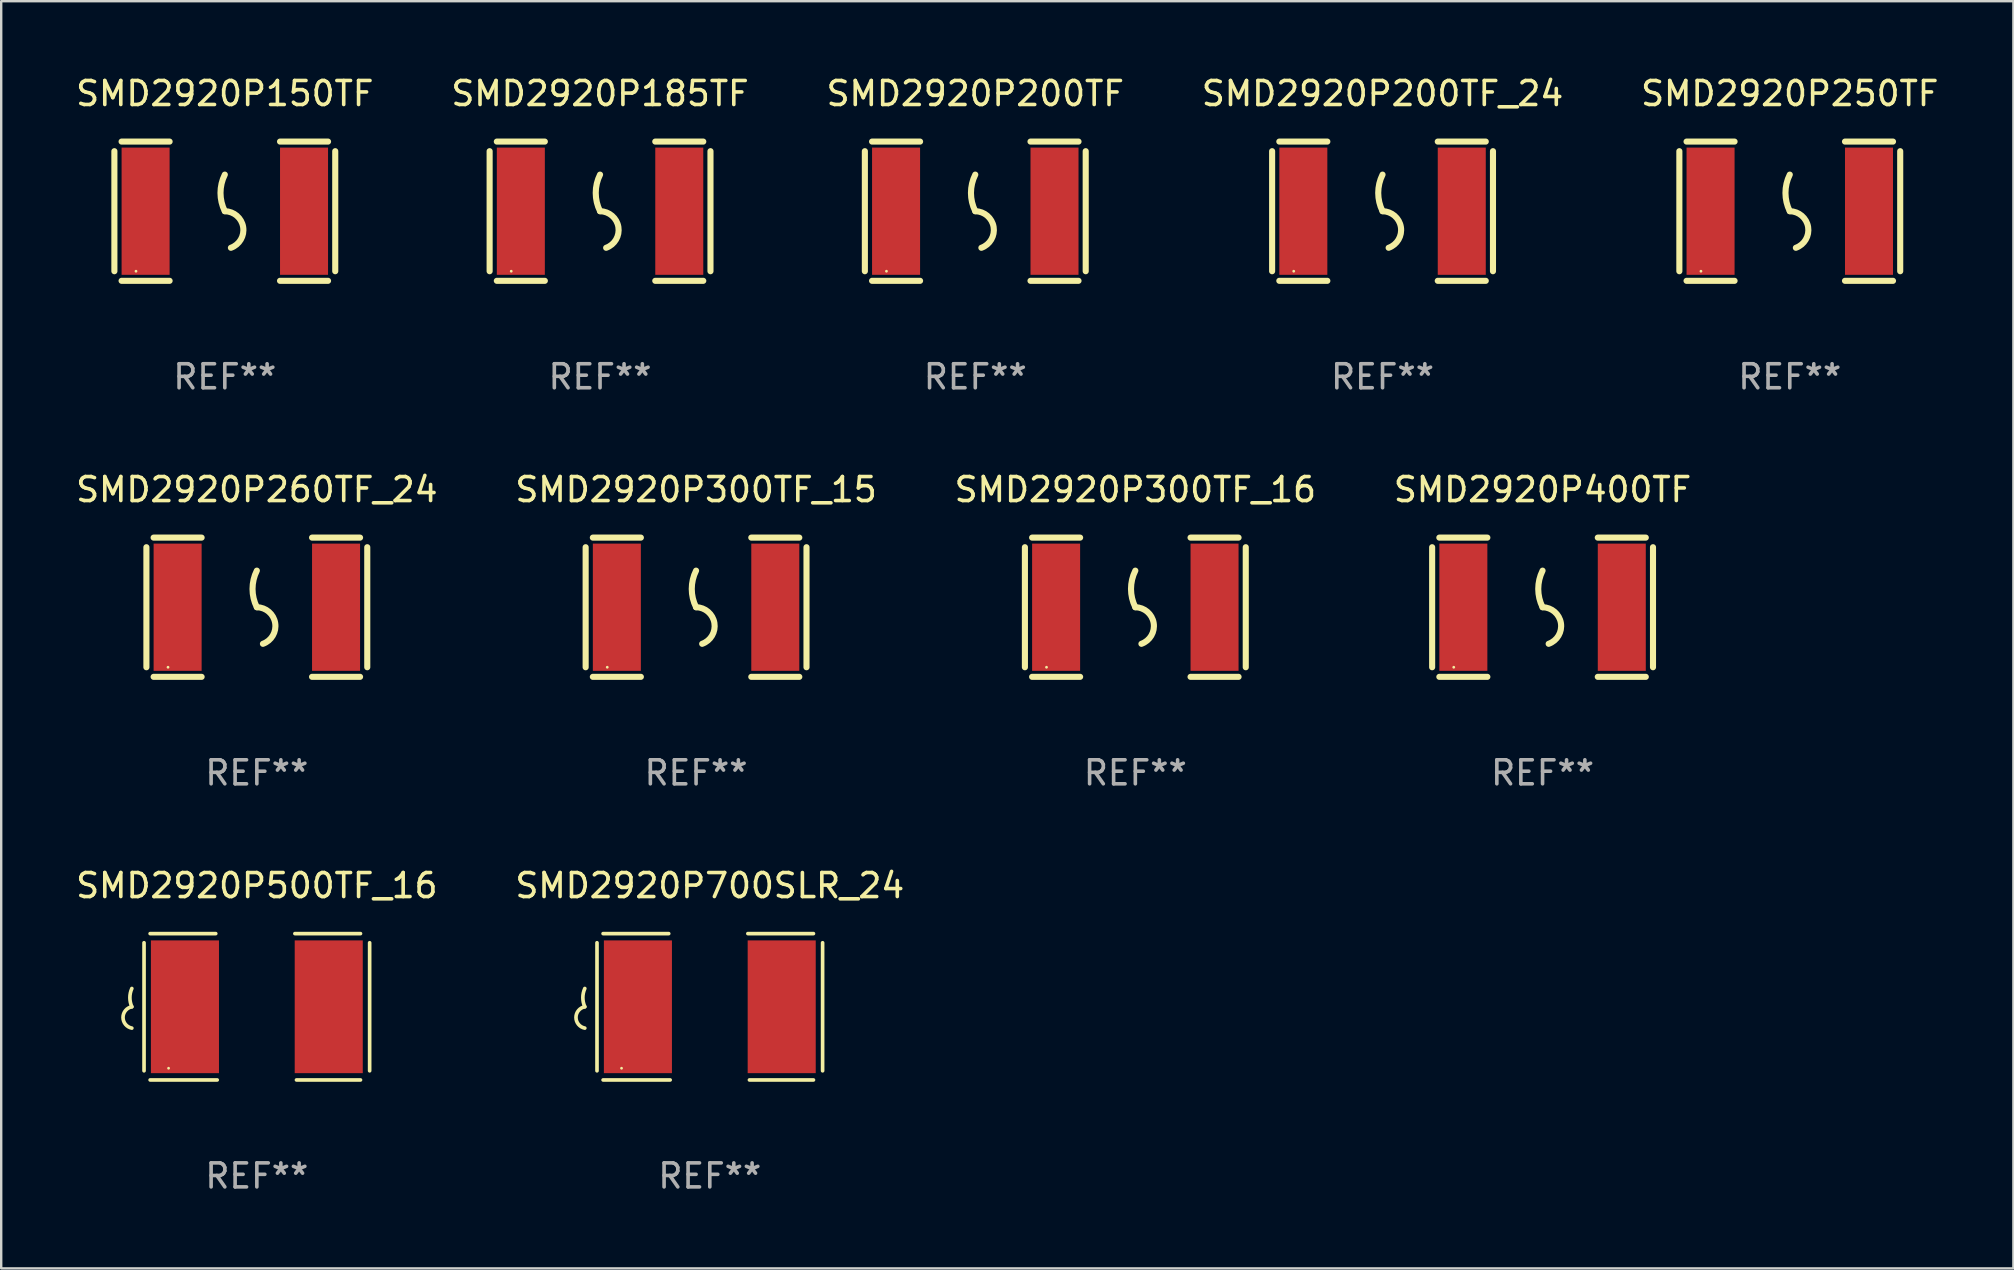
<source format=kicad_pcb>
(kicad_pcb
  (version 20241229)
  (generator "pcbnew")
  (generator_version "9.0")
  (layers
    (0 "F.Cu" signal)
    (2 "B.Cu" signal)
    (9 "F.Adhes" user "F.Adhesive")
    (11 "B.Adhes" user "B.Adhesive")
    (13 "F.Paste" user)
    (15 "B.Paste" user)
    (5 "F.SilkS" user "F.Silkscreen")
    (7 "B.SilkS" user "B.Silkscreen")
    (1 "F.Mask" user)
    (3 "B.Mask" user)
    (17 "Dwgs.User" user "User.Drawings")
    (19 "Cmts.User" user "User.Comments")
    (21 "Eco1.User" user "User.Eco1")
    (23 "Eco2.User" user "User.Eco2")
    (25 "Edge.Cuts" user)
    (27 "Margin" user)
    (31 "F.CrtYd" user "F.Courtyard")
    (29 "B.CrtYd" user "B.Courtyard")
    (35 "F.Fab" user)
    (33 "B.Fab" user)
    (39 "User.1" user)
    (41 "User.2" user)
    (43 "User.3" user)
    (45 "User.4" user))
  (footprint "SMD2920P250TF"
    (layer "F.Cu")
    (at 71.506 5.748)
    (property "Reference" "SMD2920P250TF" (at 0 -4.9 0) (layer "F.SilkS") (effects (font (size 1 1) (thickness 0.15))))
    (attr through_hole)
    (fp_line (start -4.6 -2.5) (end -4.6 2.5) (stroke (width 0.254) (type solid)) (layer "F.SilkS"))
    (fp_line (start -4.3 -2.9) (end -2.3 -2.9) (stroke (width 0.254) (type solid)) (layer "F.SilkS"))
    (fp_line (start -4.3 2.9) (end -2.3 2.9) (stroke (width 0.254) (type solid)) (layer "F.SilkS"))
    (fp_line (start 2.3 -2.9) (end 4.3 -2.9) (stroke (width 0.254) (type solid)) (layer "F.SilkS"))
    (fp_line (start 2.3 2.9) (end 4.3 2.9) (stroke (width 0.254) (type solid)) (layer "F.SilkS"))
    (fp_line (start 4.6 -2.5) (end 4.6 2.5) (stroke (width 0.254) (type solid)) (layer "F.SilkS"))
    (fp_arc (start 0 0) (mid -0.179884 -0.762002) (end 0 -1.524003) (stroke (width 0.254001) (type solid)) (layer "F.SilkS"))
    (fp_arc (start 0 0) (mid 0.763086 0.655987) (end 0.254001 1.524003) (stroke (width 0.254001) (type solid)) (layer "F.SilkS"))
    (fp_circle (center -3.7 2.5) (end -3.67 2.5) (stroke (width 0.06) (type solid)) (fill no) (layer "F.SilkS"))
    (fp_text user "REF**" (at 0 6.9 0) (layer "F.Fab") (effects (font (size 1 1) (thickness 0.15))))
    (pad "1" smd rect (at -3.3 0) (size 2 5.3) (layers "F.Cu" "F.Mask" "F.Paste"))
    (pad "2" smd rect (at 3.3 0) (size 2 5.3) (layers "F.Cu" "F.Mask" "F.Paste")))
  (footprint "SMD2920P185TF"
    (layer "F.Cu")
    (at 21.946 5.748)
    (property "Reference" "SMD2920P185TF" (at 0 -4.9 0) (layer "F.SilkS") (effects (font (size 1 1) (thickness 0.15))))
    (attr through_hole)
    (fp_line (start -4.6 -2.5) (end -4.6 2.5) (stroke (width 0.254) (type solid)) (layer "F.SilkS"))
    (fp_line (start -4.3 -2.9) (end -2.3 -2.9) (stroke (width 0.254) (type solid)) (layer "F.SilkS"))
    (fp_line (start -4.3 2.9) (end -2.3 2.9) (stroke (width 0.254) (type solid)) (layer "F.SilkS"))
    (fp_line (start 2.3 -2.9) (end 4.3 -2.9) (stroke (width 0.254) (type solid)) (layer "F.SilkS"))
    (fp_line (start 2.3 2.9) (end 4.3 2.9) (stroke (width 0.254) (type solid)) (layer "F.SilkS"))
    (fp_line (start 4.6 -2.5) (end 4.6 2.5) (stroke (width 0.254) (type solid)) (layer "F.SilkS"))
    (fp_arc (start 0 0) (mid -0.179884 -0.762002) (end 0 -1.524003) (stroke (width 0.254001) (type solid)) (layer "F.SilkS"))
    (fp_arc (start 0 0) (mid 0.763086 0.655987) (end 0.254001 1.524003) (stroke (width 0.254001) (type solid)) (layer "F.SilkS"))
    (fp_circle (center -3.7 2.5) (end -3.67 2.5) (stroke (width 0.06) (type solid)) (fill no) (layer "F.SilkS"))
    (fp_text user "REF**" (at 0 6.9 0) (layer "F.Fab") (effects (font (size 1 1) (thickness 0.15))))
    (pad "1" smd rect (at -3.3 0) (size 2 5.3) (layers "F.Cu" "F.Mask" "F.Paste"))
    (pad "2" smd rect (at 3.3 0) (size 2 5.3) (layers "F.Cu" "F.Mask" "F.Paste")))
  (footprint "SMD2920P300TF_16"
    (layer "F.Cu")
    (at 44.244 22.245)
    (property "Reference" "SMD2920P300TF_16" (at 0 -4.9 0) (layer "F.SilkS") (effects (font (size 1 1) (thickness 0.15))))
    (attr through_hole)
    (fp_line (start -4.6 -2.5) (end -4.6 2.5) (stroke (width 0.254) (type solid)) (layer "F.SilkS"))
    (fp_line (start -4.3 -2.9) (end -2.3 -2.9) (stroke (width 0.254) (type solid)) (layer "F.SilkS"))
    (fp_line (start -4.3 2.9) (end -2.3 2.9) (stroke (width 0.254) (type solid)) (layer "F.SilkS"))
    (fp_line (start 2.3 -2.9) (end 4.3 -2.9) (stroke (width 0.254) (type solid)) (layer "F.SilkS"))
    (fp_line (start 2.3 2.9) (end 4.3 2.9) (stroke (width 0.254) (type solid)) (layer "F.SilkS"))
    (fp_line (start 4.6 -2.5) (end 4.6 2.5) (stroke (width 0.254) (type solid)) (layer "F.SilkS"))
    (fp_arc (start 0 0) (mid -0.179884 -0.762002) (end 0 -1.524003) (stroke (width 0.254001) (type solid)) (layer "F.SilkS"))
    (fp_arc (start 0 0) (mid 0.763086 0.655987) (end 0.254001 1.524003) (stroke (width 0.254001) (type solid)) (layer "F.SilkS"))
    (fp_circle (center -3.7 2.5) (end -3.67 2.5) (stroke (width 0.06) (type solid)) (fill no) (layer "F.SilkS"))
    (fp_text user "REF**" (at 0 6.9 0) (layer "F.Fab") (effects (font (size 1 1) (thickness 0.15))))
    (pad "1" smd rect (at -3.3 0) (size 2 5.3) (layers "F.Cu" "F.Mask" "F.Paste"))
    (pad "2" smd rect (at 3.3 0) (size 2 5.3) (layers "F.Cu" "F.Mask" "F.Paste")))
  (footprint "SMD2920P200TF"
    (layer "F.Cu")
    (at 37.577 5.748)
    (property "Reference" "SMD2920P200TF" (at 0 -4.9 0) (layer "F.SilkS") (effects (font (size 1 1) (thickness 0.15))))
    (attr through_hole)
    (fp_line (start -4.6 -2.5) (end -4.6 2.5) (stroke (width 0.254) (type solid)) (layer "F.SilkS"))
    (fp_line (start -4.3 -2.9) (end -2.3 -2.9) (stroke (width 0.254) (type solid)) (layer "F.SilkS"))
    (fp_line (start -4.3 2.9) (end -2.3 2.9) (stroke (width 0.254) (type solid)) (layer "F.SilkS"))
    (fp_line (start 2.3 -2.9) (end 4.3 -2.9) (stroke (width 0.254) (type solid)) (layer "F.SilkS"))
    (fp_line (start 2.3 2.9) (end 4.3 2.9) (stroke (width 0.254) (type solid)) (layer "F.SilkS"))
    (fp_line (start 4.6 -2.5) (end 4.6 2.5) (stroke (width 0.254) (type solid)) (layer "F.SilkS"))
    (fp_arc (start 0 0) (mid -0.179884 -0.762002) (end 0 -1.524003) (stroke (width 0.254001) (type solid)) (layer "F.SilkS"))
    (fp_arc (start 0 0) (mid 0.763086 0.655987) (end 0.254001 1.524003) (stroke (width 0.254001) (type solid)) (layer "F.SilkS"))
    (fp_circle (center -3.7 2.5) (end -3.67 2.5) (stroke (width 0.06) (type solid)) (fill no) (layer "F.SilkS"))
    (fp_text user "REF**" (at 0 6.9 0) (layer "F.Fab") (effects (font (size 1 1) (thickness 0.15))))
    (pad "1" smd rect (at -3.3 0) (size 2 5.3) (layers "F.Cu" "F.Mask" "F.Paste"))
    (pad "2" smd rect (at 3.3 0) (size 2 5.3) (layers "F.Cu" "F.Mask" "F.Paste")))
  (footprint "SMD2920P200TF_24"
    (layer "F.Cu")
    (at 54.542 5.748)
    (property "Reference" "SMD2920P200TF_24" (at 0 -4.9 0) (layer "F.SilkS") (effects (font (size 1 1) (thickness 0.15))))
    (attr through_hole)
    (fp_line (start -4.6 -2.5) (end -4.6 2.5) (stroke (width 0.254) (type solid)) (layer "F.SilkS"))
    (fp_line (start -4.3 -2.9) (end -2.3 -2.9) (stroke (width 0.254) (type solid)) (layer "F.SilkS"))
    (fp_line (start -4.3 2.9) (end -2.3 2.9) (stroke (width 0.254) (type solid)) (layer "F.SilkS"))
    (fp_line (start 2.3 -2.9) (end 4.3 -2.9) (stroke (width 0.254) (type solid)) (layer "F.SilkS"))
    (fp_line (start 2.3 2.9) (end 4.3 2.9) (stroke (width 0.254) (type solid)) (layer "F.SilkS"))
    (fp_line (start 4.6 -2.5) (end 4.6 2.5) (stroke (width 0.254) (type solid)) (layer "F.SilkS"))
    (fp_arc (start 0 0) (mid -0.179884 -0.762002) (end 0 -1.524003) (stroke (width 0.254001) (type solid)) (layer "F.SilkS"))
    (fp_arc (start 0 0) (mid 0.763086 0.655987) (end 0.254001 1.524003) (stroke (width 0.254001) (type solid)) (layer "F.SilkS"))
    (fp_circle (center -3.7 2.5) (end -3.67 2.5) (stroke (width 0.06) (type solid)) (fill no) (layer "F.SilkS"))
    (fp_text user "REF**" (at 0 6.9 0) (layer "F.Fab") (effects (font (size 1 1) (thickness 0.15))))
    (pad "1" smd rect (at -3.3 0) (size 2 5.3) (layers "F.Cu" "F.Mask" "F.Paste"))
    (pad "2" smd rect (at 3.3 0) (size 2 5.3) (layers "F.Cu" "F.Mask" "F.Paste")))
  (footprint "SMD2920P150TF"
    (layer "F.Cu")
    (at 6.315 5.748)
    (property "Reference" "SMD2920P150TF" (at 0 -4.9 0) (layer "F.SilkS") (effects (font (size 1 1) (thickness 0.15))))
    (attr through_hole)
    (fp_line (start -4.6 -2.5) (end -4.6 2.5) (stroke (width 0.254) (type solid)) (layer "F.SilkS"))
    (fp_line (start -4.3 -2.9) (end -2.3 -2.9) (stroke (width 0.254) (type solid)) (layer "F.SilkS"))
    (fp_line (start -4.3 2.9) (end -2.3 2.9) (stroke (width 0.254) (type solid)) (layer "F.SilkS"))
    (fp_line (start 2.3 -2.9) (end 4.3 -2.9) (stroke (width 0.254) (type solid)) (layer "F.SilkS"))
    (fp_line (start 2.3 2.9) (end 4.3 2.9) (stroke (width 0.254) (type solid)) (layer "F.SilkS"))
    (fp_line (start 4.6 -2.5) (end 4.6 2.5) (stroke (width 0.254) (type solid)) (layer "F.SilkS"))
    (fp_arc (start 0 0) (mid -0.179884 -0.762002) (end 0 -1.524003) (stroke (width 0.254001) (type solid)) (layer "F.SilkS"))
    (fp_arc (start 0 0) (mid 0.763086 0.655987) (end 0.254001 1.524003) (stroke (width 0.254001) (type solid)) (layer "F.SilkS"))
    (fp_circle (center -3.7 2.5) (end -3.67 2.5) (stroke (width 0.06) (type solid)) (fill no) (layer "F.SilkS"))
    (fp_text user "REF**" (at 0 6.9 0) (layer "F.Fab") (effects (font (size 1 1) (thickness 0.15))))
    (pad "1" smd rect (at -3.3 0) (size 2 5.3) (layers "F.Cu" "F.Mask" "F.Paste"))
    (pad "2" smd rect (at 3.3 0) (size 2 5.3) (layers "F.Cu" "F.Mask" "F.Paste")))
  (footprint "SMD2920P400TF"
    (layer "F.Cu")
    (at 61.208 22.245)
    (property "Reference" "SMD2920P400TF" (at 0 -4.9 0) (layer "F.SilkS") (effects (font (size 1 1) (thickness 0.15))))
    (attr through_hole)
    (fp_line (start -4.6 -2.5) (end -4.6 2.5) (stroke (width 0.254) (type solid)) (layer "F.SilkS"))
    (fp_line (start -4.3 -2.9) (end -2.3 -2.9) (stroke (width 0.254) (type solid)) (layer "F.SilkS"))
    (fp_line (start -4.3 2.9) (end -2.3 2.9) (stroke (width 0.254) (type solid)) (layer "F.SilkS"))
    (fp_line (start 2.3 -2.9) (end 4.3 -2.9) (stroke (width 0.254) (type solid)) (layer "F.SilkS"))
    (fp_line (start 2.3 2.9) (end 4.3 2.9) (stroke (width 0.254) (type solid)) (layer "F.SilkS"))
    (fp_line (start 4.6 -2.5) (end 4.6 2.5) (stroke (width 0.254) (type solid)) (layer "F.SilkS"))
    (fp_arc (start 0 0) (mid -0.179884 -0.762002) (end 0 -1.524003) (stroke (width 0.254001) (type solid)) (layer "F.SilkS"))
    (fp_arc (start 0 0) (mid 0.763086 0.655987) (end 0.254001 1.524003) (stroke (width 0.254001) (type solid)) (layer "F.SilkS"))
    (fp_circle (center -3.7 2.5) (end -3.67 2.5) (stroke (width 0.06) (type solid)) (fill no) (layer "F.SilkS"))
    (fp_text user "REF**" (at 0 6.9 0) (layer "F.Fab") (effects (font (size 1 1) (thickness 0.15))))
    (pad "1" smd rect (at -3.3 0) (size 2 5.3) (layers "F.Cu" "F.Mask" "F.Paste"))
    (pad "2" smd rect (at 3.3 0) (size 2 5.3) (layers "F.Cu" "F.Mask" "F.Paste")))
  (footprint "SMD2920P300TF_15"
    (layer "F.Cu")
    (at 25.946 22.245)
    (property "Reference" "SMD2920P300TF_15" (at 0 -4.9 0) (layer "F.SilkS") (effects (font (size 1 1) (thickness 0.15))))
    (attr through_hole)
    (fp_line (start -4.6 -2.5) (end -4.6 2.5) (stroke (width 0.254) (type solid)) (layer "F.SilkS"))
    (fp_line (start -4.3 -2.9) (end -2.3 -2.9) (stroke (width 0.254) (type solid)) (layer "F.SilkS"))
    (fp_line (start -4.3 2.9) (end -2.3 2.9) (stroke (width 0.254) (type solid)) (layer "F.SilkS"))
    (fp_line (start 2.3 -2.9) (end 4.3 -2.9) (stroke (width 0.254) (type solid)) (layer "F.SilkS"))
    (fp_line (start 2.3 2.9) (end 4.3 2.9) (stroke (width 0.254) (type solid)) (layer "F.SilkS"))
    (fp_line (start 4.6 -2.5) (end 4.6 2.5) (stroke (width 0.254) (type solid)) (layer "F.SilkS"))
    (fp_arc (start 0 0) (mid -0.179884 -0.762002) (end 0 -1.524003) (stroke (width 0.254001) (type solid)) (layer "F.SilkS"))
    (fp_arc (start 0 0) (mid 0.763086 0.655987) (end 0.254001 1.524003) (stroke (width 0.254001) (type solid)) (layer "F.SilkS"))
    (fp_circle (center -3.7 2.5) (end -3.67 2.5) (stroke (width 0.06) (type solid)) (fill no) (layer "F.SilkS"))
    (fp_text user "REF**" (at 0 6.9 0) (layer "F.Fab") (effects (font (size 1 1) (thickness 0.15))))
    (pad "1" smd rect (at -3.3 0) (size 2 5.3) (layers "F.Cu" "F.Mask" "F.Paste"))
    (pad "2" smd rect (at 3.3 0) (size 2 5.3) (layers "F.Cu" "F.Mask" "F.Paste")))
  (footprint "SMD2920P500TF_16"
    (layer "F.Cu")
    (at 7.649 38.889)
    (property "Reference" "SMD2920P500TF_16" (at 0 -5.048 0) (layer "F.SilkS") (effects (font (size 1 1) (thickness 0.15))))
    (attr through_hole)
    (fp_line (start -4.699 -2.667) (end -4.699 2.667) (stroke (width 0.152) (type solid)) (layer "F.SilkS"))
    (fp_line (start -4.445 -3.048) (end -1.712 -3.048) (stroke (width 0.152) (type solid)) (layer "F.SilkS"))
    (fp_line (start -1.651 3.048) (end -4.445 3.048) (stroke (width 0.152) (type solid)) (layer "F.SilkS"))
    (fp_line (start 1.651 3.048) (end 4.318 3.048) (stroke (width 0.152) (type solid)) (layer "F.SilkS"))
    (fp_line (start 4.318 -3.048) (end 1.585 -3.048) (stroke (width 0.152) (type solid)) (layer "F.SilkS"))
    (fp_line (start 4.699 -2.667) (end 4.699 2.667) (stroke (width 0.152) (type solid)) (layer "F.SilkS"))
    (fp_arc (start -5.20701 0) (mid -5.288646 -0.381001) (end -5.20701 -0.762002) (stroke (width 0.151994) (type solid)) (layer "F.SilkS"))
    (fp_arc (start -5.20701 0.889002) (mid -5.574698 0.444501) (end -5.20701 0) (stroke (width 0.151994) (type solid)) (layer "F.SilkS"))
    (fp_circle (center -3.677 2.56) (end -3.647 2.56) (stroke (width 0.06) (type solid)) (fill no) (layer "F.SilkS"))
    (fp_text user "REF**" (at 0 7.048 0) (layer "F.Fab") (effects (font (size 1 1) (thickness 0.15))))
    (pad "1" smd rect (at -2.995 0) (size 2.835 5.53) (layers "F.Cu" "F.Mask" "F.Paste"))
    (pad "2" smd rect (at 2.995 0) (size 2.835 5.53) (layers "F.Cu" "F.Mask" "F.Paste")))
  (footprint "SMD2920P260TF_24"
    (layer "F.Cu")
    (at 7.649 22.245)
    (property "Reference" "SMD2920P260TF_24" (at 0 -4.9 0) (layer "F.SilkS") (effects (font (size 1 1) (thickness 0.15))))
    (attr through_hole)
    (fp_line (start -4.6 -2.5) (end -4.6 2.5) (stroke (width 0.254) (type solid)) (layer "F.SilkS"))
    (fp_line (start -4.3 -2.9) (end -2.3 -2.9) (stroke (width 0.254) (type solid)) (layer "F.SilkS"))
    (fp_line (start -4.3 2.9) (end -2.3 2.9) (stroke (width 0.254) (type solid)) (layer "F.SilkS"))
    (fp_line (start 2.3 -2.9) (end 4.3 -2.9) (stroke (width 0.254) (type solid)) (layer "F.SilkS"))
    (fp_line (start 2.3 2.9) (end 4.3 2.9) (stroke (width 0.254) (type solid)) (layer "F.SilkS"))
    (fp_line (start 4.6 -2.5) (end 4.6 2.5) (stroke (width 0.254) (type solid)) (layer "F.SilkS"))
    (fp_arc (start 0 0) (mid -0.179884 -0.762002) (end 0 -1.524003) (stroke (width 0.254001) (type solid)) (layer "F.SilkS"))
    (fp_arc (start 0 0) (mid 0.763086 0.655987) (end 0.254001 1.524003) (stroke (width 0.254001) (type solid)) (layer "F.SilkS"))
    (fp_circle (center -3.7 2.5) (end -3.67 2.5) (stroke (width 0.06) (type solid)) (fill no) (layer "F.SilkS"))
    (fp_text user "REF**" (at 0 6.9 0) (layer "F.Fab") (effects (font (size 1 1) (thickness 0.15))))
    (pad "1" smd rect (at -3.3 0) (size 2 5.3) (layers "F.Cu" "F.Mask" "F.Paste"))
    (pad "2" smd rect (at 3.3 0) (size 2 5.3) (layers "F.Cu" "F.Mask" "F.Paste")))
  (footprint "SMD2920P700SLR_24"
    (layer "F.Cu")
    (at 26.518 38.889)
    (property "Reference" "SMD2920P700SLR_24" (at 0 -5.048 0) (layer "F.SilkS") (effects (font (size 1 1) (thickness 0.15))))
    (attr through_hole)
    (fp_line (start -4.699 -2.667) (end -4.699 2.667) (stroke (width 0.152) (type solid)) (layer "F.SilkS"))
    (fp_line (start -4.445 -3.048) (end -1.712 -3.048) (stroke (width 0.152) (type solid)) (layer "F.SilkS"))
    (fp_line (start -1.651 3.048) (end -4.445 3.048) (stroke (width 0.152) (type solid)) (layer "F.SilkS"))
    (fp_line (start 1.651 3.048) (end 4.318 3.048) (stroke (width 0.152) (type solid)) (layer "F.SilkS"))
    (fp_line (start 4.318 -3.048) (end 1.585 -3.048) (stroke (width 0.152) (type solid)) (layer "F.SilkS"))
    (fp_line (start 4.699 -2.667) (end 4.699 2.667) (stroke (width 0.152) (type solid)) (layer "F.SilkS"))
    (fp_arc (start -5.20701 0) (mid -5.288646 -0.381001) (end -5.20701 -0.762002) (stroke (width 0.151994) (type solid)) (layer "F.SilkS"))
    (fp_arc (start -5.20701 0.889002) (mid -5.574698 0.444501) (end -5.20701 0) (stroke (width 0.151994) (type solid)) (layer "F.SilkS"))
    (fp_circle (center -3.677 2.56) (end -3.647 2.56) (stroke (width 0.06) (type solid)) (fill no) (layer "F.SilkS"))
    (fp_text user "REF**" (at 0 7.048 0) (layer "F.Fab") (effects (font (size 1 1) (thickness 0.15))))
    (pad "1" smd rect (at -2.995 0) (size 2.835 5.53) (layers "F.Cu" "F.Mask" "F.Paste"))
    (pad "2" smd rect (at 2.995 0) (size 2.835 5.53) (layers "F.Cu" "F.Mask" "F.Paste")))
  (gr_rect
    (start -3 -3)
    (end 80.821 49.786)
    (stroke (width 0.1) (type default))
    (fill no)
    (layer "Edge.Cuts")))
</source>
